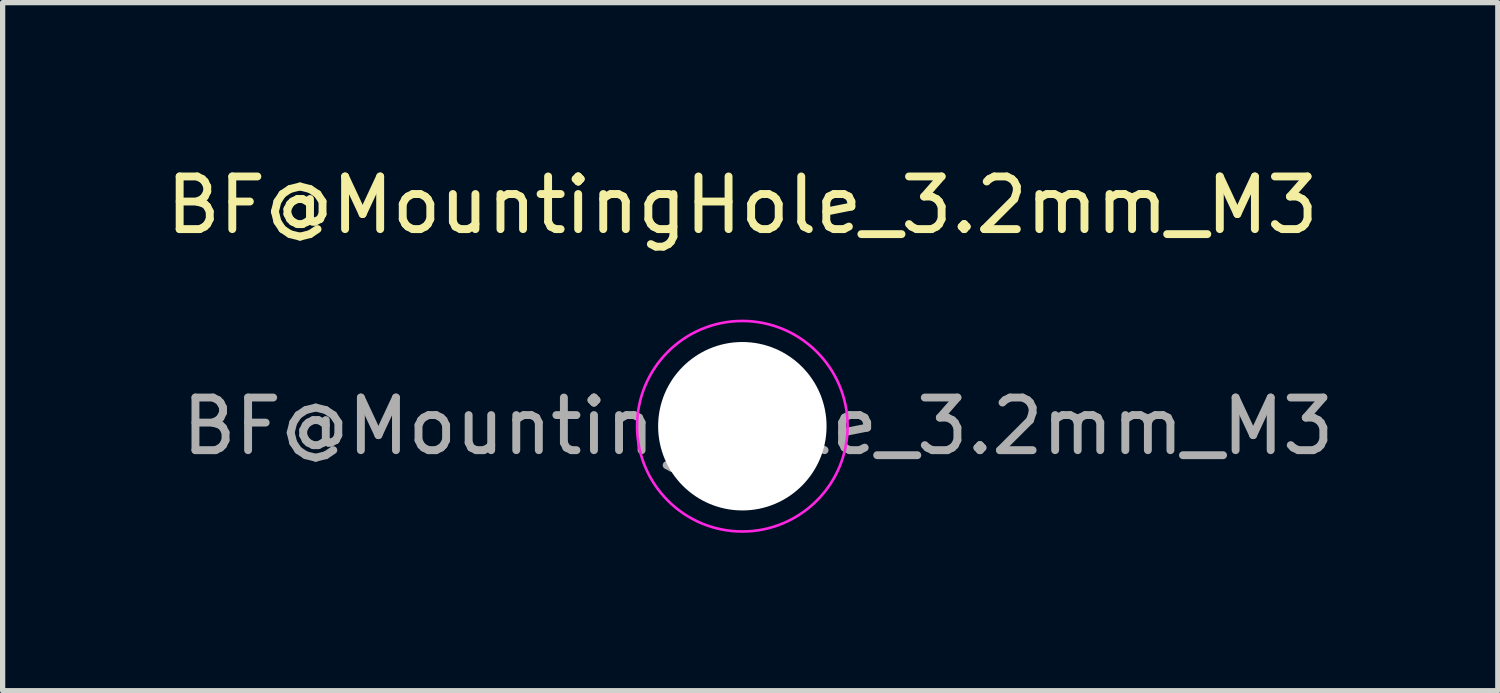
<source format=kicad_pcb>
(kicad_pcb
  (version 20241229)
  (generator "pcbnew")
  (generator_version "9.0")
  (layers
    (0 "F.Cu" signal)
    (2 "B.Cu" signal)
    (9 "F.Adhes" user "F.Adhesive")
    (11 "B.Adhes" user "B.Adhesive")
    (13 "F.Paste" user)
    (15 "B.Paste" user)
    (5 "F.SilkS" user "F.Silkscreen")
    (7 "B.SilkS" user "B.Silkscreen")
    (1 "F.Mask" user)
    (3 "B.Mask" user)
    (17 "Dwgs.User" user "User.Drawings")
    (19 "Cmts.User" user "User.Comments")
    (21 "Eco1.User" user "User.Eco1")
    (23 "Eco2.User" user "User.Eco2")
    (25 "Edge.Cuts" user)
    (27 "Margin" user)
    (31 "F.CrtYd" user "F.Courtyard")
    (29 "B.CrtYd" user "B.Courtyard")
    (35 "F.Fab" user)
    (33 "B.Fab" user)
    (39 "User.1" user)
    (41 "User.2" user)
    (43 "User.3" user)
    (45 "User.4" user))
  (footprint "BF@MountingHole_3.2mm_M3"
    (layer "F.Cu")
    (at 11.054 5.048)
    (property "Reference" "BF@MountingHole_3.2mm_M3" (at 0 -4.2 0) (layer "F.SilkS") (effects (font (size 1 1) (thickness 0.15))))
    (attr exclude_from_pos_files exclude_from_bom)
    (fp_circle (center 0 0) (end 2 0) (stroke (width 0.05) (type solid)) (fill no) (layer "F.CrtYd"))
    (fp_text user "${REFERENCE}" (at 0.3 0 0) (layer "F.Fab") (effects (font (size 1 1) (thickness 0.15))))
    (pad "" np_thru_hole circle (at 0 0) (size 3.2 3.2) (drill 3.2) (layers "*.Cu" "*.Mask")))
  (gr_rect
    (start -3 -3)
    (end 25.407 10.073)
    (stroke (width 0.1) (type default))
    (fill no)
    (layer "Edge.Cuts")))
</source>
